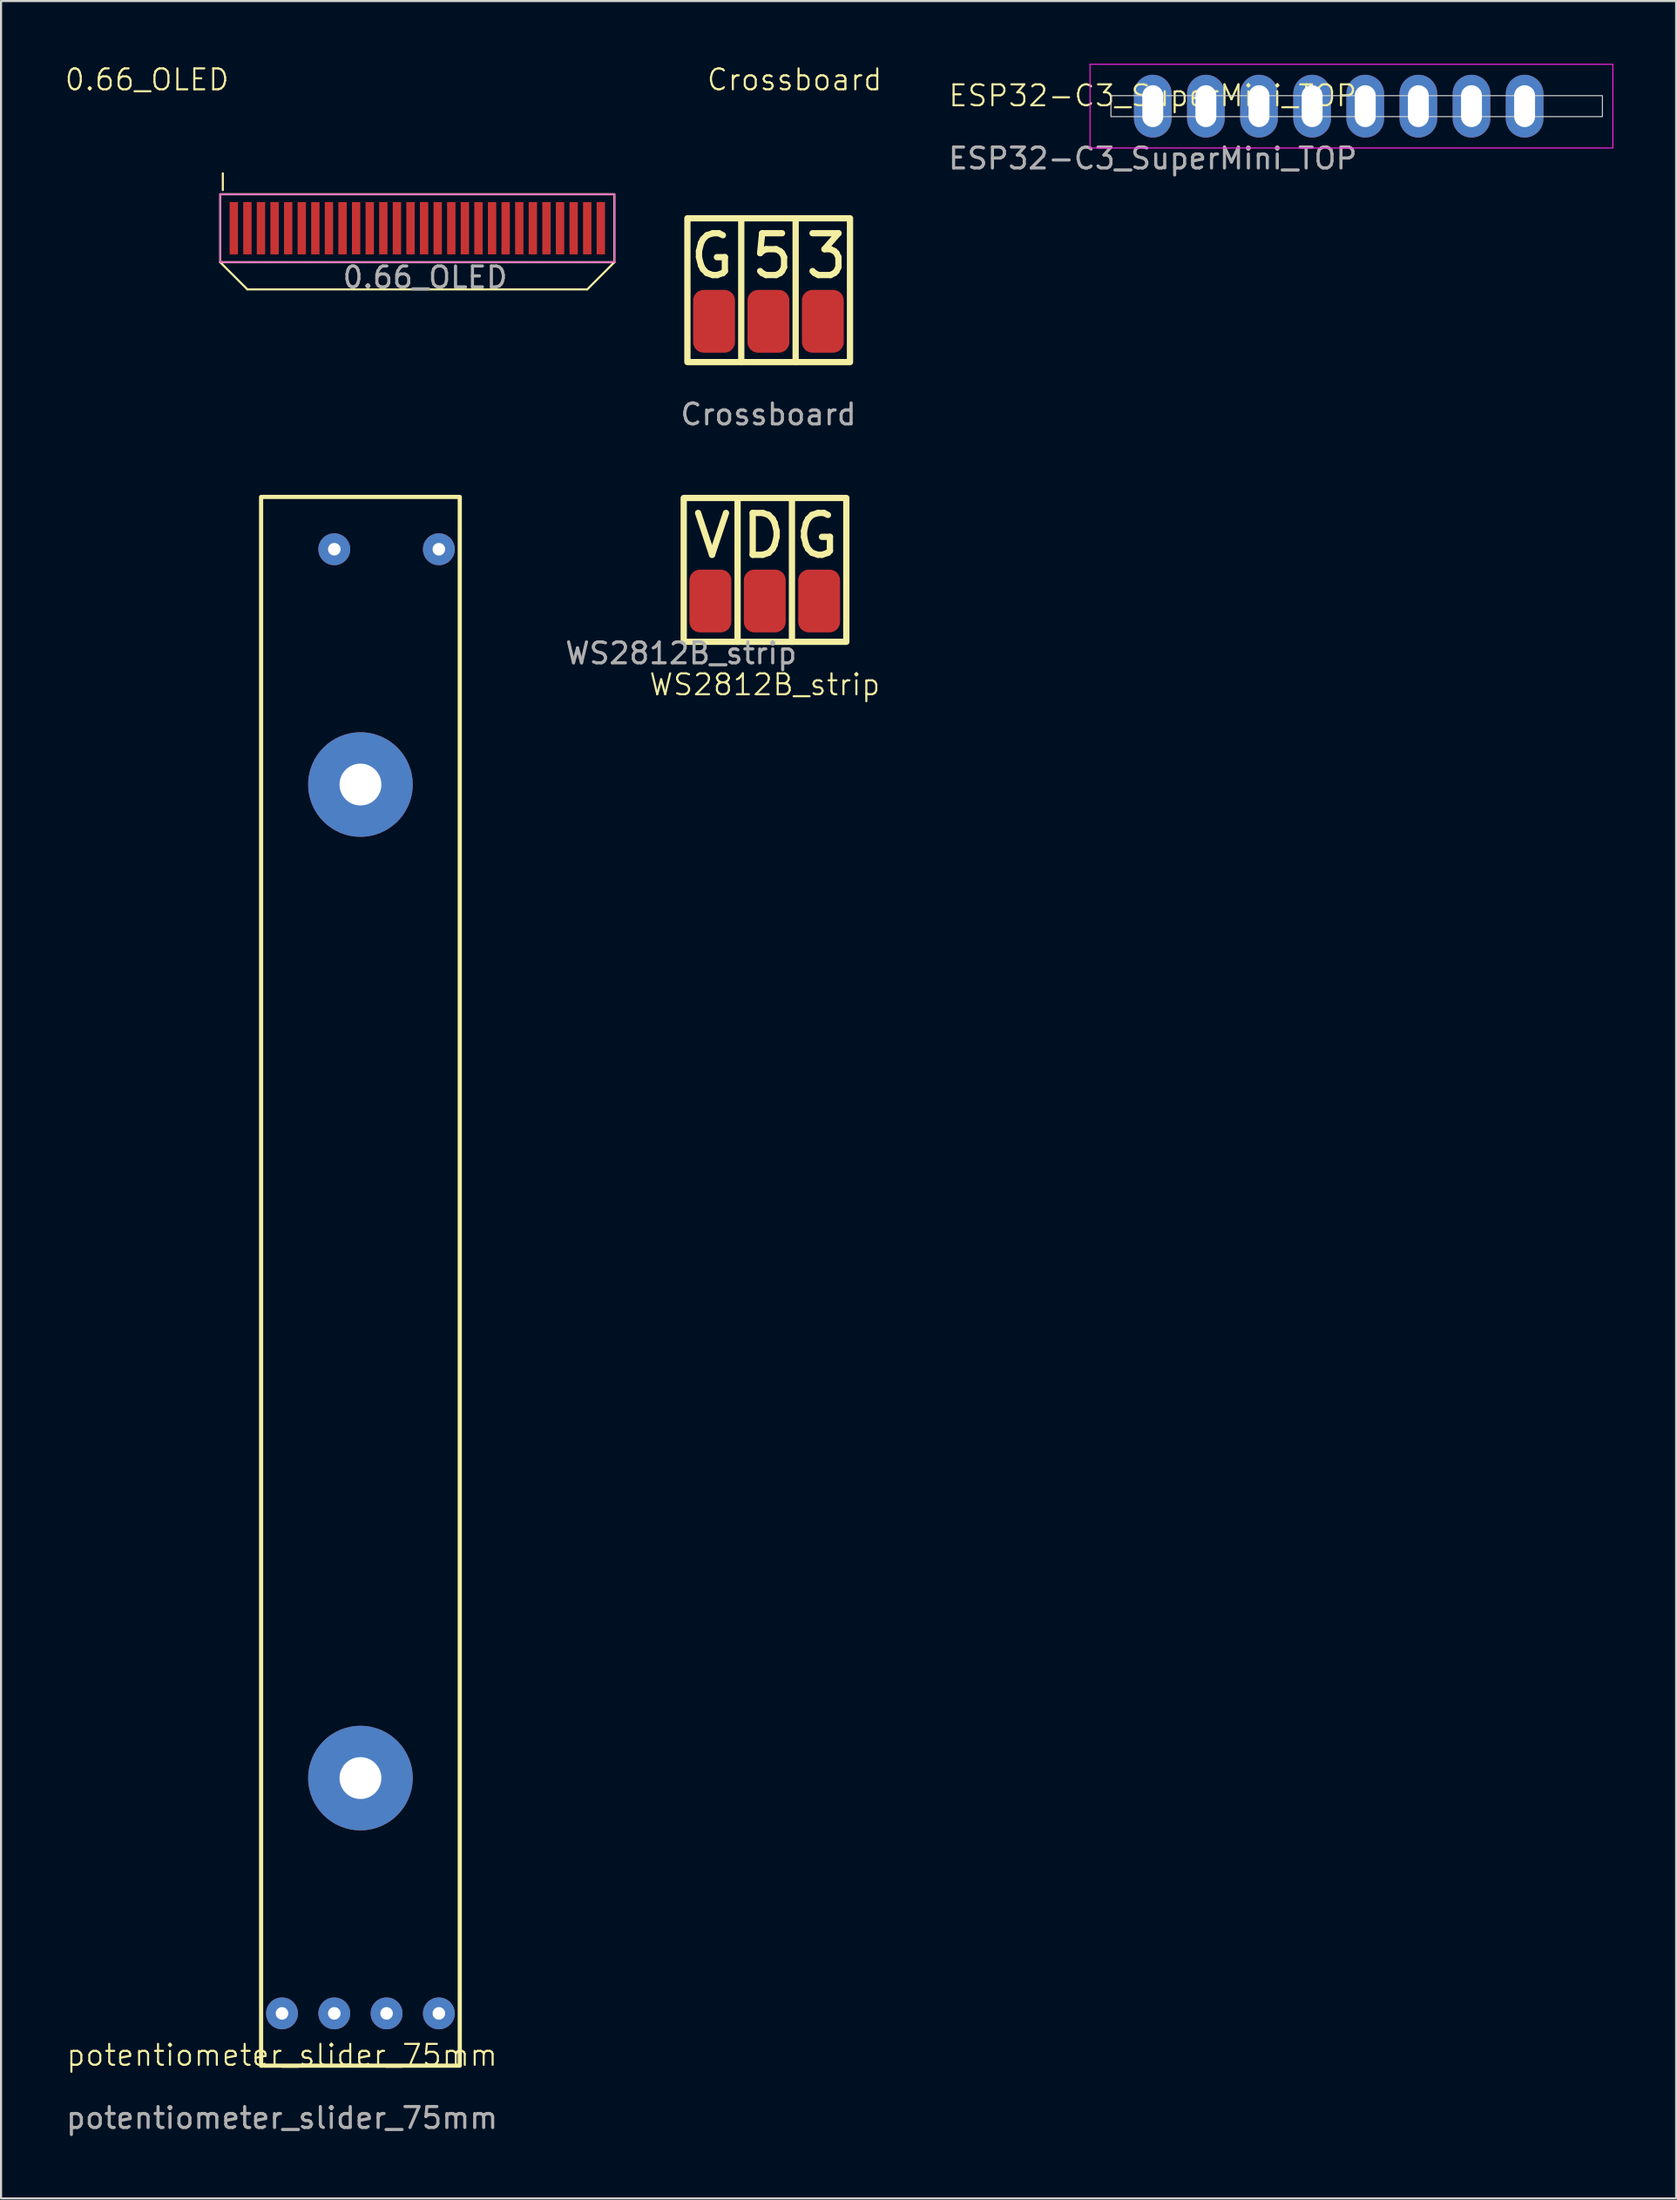
<source format=kicad_pcb>
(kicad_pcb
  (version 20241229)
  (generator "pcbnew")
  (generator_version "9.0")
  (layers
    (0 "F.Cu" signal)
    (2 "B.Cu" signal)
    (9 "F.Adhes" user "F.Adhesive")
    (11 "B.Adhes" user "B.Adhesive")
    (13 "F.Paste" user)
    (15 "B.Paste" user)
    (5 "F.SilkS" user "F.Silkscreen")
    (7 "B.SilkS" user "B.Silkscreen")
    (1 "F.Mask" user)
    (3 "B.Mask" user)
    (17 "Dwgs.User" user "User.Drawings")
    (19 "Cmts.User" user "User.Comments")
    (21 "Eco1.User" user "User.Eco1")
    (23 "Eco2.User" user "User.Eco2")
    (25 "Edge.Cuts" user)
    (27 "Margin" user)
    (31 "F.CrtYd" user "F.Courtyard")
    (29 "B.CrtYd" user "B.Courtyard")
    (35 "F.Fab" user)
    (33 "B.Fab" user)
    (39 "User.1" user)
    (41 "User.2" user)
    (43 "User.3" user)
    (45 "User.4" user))
  (footprint "WS2812B_strip"
    (layer "F.Cu")
    (at 33.518 25.684)
    (property "Reference" "WS2812B_strip" (at 0 4 0) (unlocked yes) (layer "F.SilkS") (effects (font (size 1 1) (thickness 0.1))))
    (attr smd)
    (fp_line (start -1.3 -4.875) (end -1.3 1.95) (stroke (width 0.3) (type default)) (layer "F.SilkS"))
    (fp_line (start 1.3 -4.875) (end 1.3 1.95) (stroke (width 0.3) (type default)) (layer "F.SilkS"))
    (fp_rect (start -3.875 -4.925) (end 3.9 1.95) (stroke (width 0.3) (type default)) (fill no) (layer "F.SilkS"))
    (fp_text user "D" (at -1.25 -1.95 0) (unlocked yes) (layer "F.SilkS") (effects (font (size 2 2) (thickness 0.3)) (justify left bottom)))
    (fp_text user "G" (at 1.3 -1.95 0) (unlocked yes) (layer "F.SilkS") (effects (font (size 2 2) (thickness 0.3)) (justify left bottom)))
    (fp_text user "V" (at -3.575 -1.95 0) (unlocked yes) (layer "F.SilkS") (effects (font (size 2 2) (thickness 0.3)) (justify left bottom)))
    (fp_text user "${REFERENCE}" (at -4 2.5 0) (unlocked yes) (layer "F.Fab") (effects (font (size 1 1) (thickness 0.15))))
    (pad "1" smd roundrect (at -2.6 0) (size 2 3) (layers "F.Cu" "F.Mask" "F.Paste") (roundrect_rratio 0.25))
    (pad "2" smd roundrect (at 0 0) (size 2 3) (layers "F.Cu" "F.Mask" "F.Paste") (roundrect_rratio 0.25))
    (pad "3" smd roundrect (at 2.6 0) (size 2 3) (layers "F.Cu" "F.Mask" "F.Paste") (roundrect_rratio 0.25)))
  (footprint "ESP32-C3_SuperMini_TOP"
    (layer "F.Cu")
    (at 52.071 2.025)
    (property "Reference" "ESP32-C3_SuperMini_TOP" (at 0 -0.5 0) (unlocked yes) (layer "F.SilkS") (effects (font (size 1 1) (thickness 0.1))))
    (attr through_hole)
    (fp_rect (start -2 -0.5) (end 21.5 0.5) (stroke (width 0.05) (type default)) (fill no) (layer "Edge.Cuts"))
    (fp_rect (start -3 -2) (end 22 2) (stroke (width 0.05) (type default)) (fill no) (layer "F.CrtYd"))
    (fp_text user "${REFERENCE}" (at 0 2.5 0) (unlocked yes) (layer "F.Fab") (effects (font (size 1 1) (thickness 0.15))))
    (pad "1" thru_hole oval (at 0 0) (size 1.8 3) (drill oval 1 2) (layers "*.Cu" "*.Mask"))
    (pad "2" thru_hole oval (at 2.54 0) (size 1.8 3) (drill oval 1 2) (layers "*.Cu" "*.Mask"))
    (pad "3" thru_hole oval (at 5.08 0) (size 1.8 3) (drill oval 1 2) (layers "*.Cu" "*.Mask"))
    (pad "4" thru_hole oval (at 7.62 0) (size 1.8 3) (drill oval 1 2) (layers "*.Cu" "*.Mask"))
    (pad "5" thru_hole oval (at 10.16 0) (size 1.8 3) (drill oval 1 2) (layers "*.Cu" "*.Mask"))
    (pad "6" thru_hole oval (at 12.7 0) (size 1.8 3) (drill oval 1 2) (layers "*.Cu" "*.Mask"))
    (pad "7" thru_hole oval (at 15.24 0) (size 1.8 3) (drill oval 1 2) (layers "*.Cu" "*.Mask"))
    (pad "8" thru_hole oval (at 17.78 0) (size 1.8 3) (drill oval 1 2) (layers "*.Cu" "*.Mask")))
  (footprint "potentiometer_slider_75mm"
    (layer "F.Cu")
    (at 10.435 95.709)
    (property "Reference" "potentiometer_slider_75mm" (at 0 -0.5 0) (unlocked yes) (layer "F.SilkS") (effects (font (size 1 1) (thickness 0.1))))
    (attr through_hole)
    (fp_rect (start -1 -75) (end 8.5 0) (stroke (width 0.2) (type default)) (fill no) (layer "F.SilkS"))
    (fp_text user "${REFERENCE}" (at 0 2.5 0) (unlocked yes) (layer "F.Fab") (effects (font (size 1 1) (thickness 0.15))))
    (pad "1" thru_hole circle (at 2.5 -2.5) (size 1.524 1.524) (drill 0.6) (layers "*.Cu" "*.Mask"))
    (pad "2" thru_hole circle (at 0 -2.5) (size 1.524 1.524) (drill 0.6) (layers "*.Cu" "*.Mask"))
    (pad "3" thru_hole circle (at 2.5 -72.5) (size 1.524 1.524) (drill 0.6) (layers "*.Cu" "*.Mask"))
    (pad "4" thru_hole circle (at 7.5 -2.5) (size 1.524 1.524) (drill 0.6) (layers "*.Cu" "*.Mask"))
    (pad "5" thru_hole circle (at 5 -2.5) (size 1.524 1.524) (drill 0.6) (layers "*.Cu" "*.Mask"))
    (pad "6" thru_hole circle (at 7.5 -72.5) (size 1.524 1.524) (drill 0.6) (layers "*.Cu" "*.Mask"))
    (pad "MP" thru_hole circle (at 3.75 -61.25) (size 5 5) (drill 2) (layers "*.Cu" "*.Mask"))
    (pad "MP" thru_hole circle (at 3.75 -13.75) (size 5 5) (drill 2) (layers "*.Cu" "*.Mask")))
  (footprint "Crossboard"
    (layer "F.Cu")
    (at 33.694 14.261)
    (property "Reference" "Crossboard" (at 1.25 -13.5 0) (unlocked yes) (layer "F.SilkS") (effects (font (size 1 1) (thickness 0.1))))
    (attr smd)
    (fp_line (start -1.3 -6.825) (end -1.3 0) (stroke (width 0.3) (type default)) (layer "F.SilkS"))
    (fp_line (start 1.3 -6.825) (end 1.3 0) (stroke (width 0.3) (type default)) (layer "F.SilkS"))
    (fp_rect (start -3.875 -6.875) (end 3.9 0) (stroke (width 0.3) (type default)) (fill no) (layer "F.SilkS"))
    (fp_text user "G" (at -3.9 -3.9 0) (unlocked yes) (layer "F.SilkS") (effects (font (size 2 2) (thickness 0.3)) (justify left bottom)))
    (fp_text user "3" (at 1.625 -3.9 0) (unlocked yes) (layer "F.SilkS") (effects (font (size 2 2) (thickness 0.3)) (justify left bottom)))
    (fp_text user "5" (at -0.975 -3.9 0) (unlocked yes) (layer "F.SilkS") (effects (font (size 2 2) (thickness 0.3)) (justify left bottom)))
    (fp_text user "${REFERENCE}" (at 0 2.5 0) (unlocked yes) (layer "F.Fab") (effects (font (size 1 1) (thickness 0.15))))
    (pad "1" smd roundrect (at -2.6 -1.95) (size 2 3) (layers "F.Cu" "F.Mask" "F.Paste") (roundrect_rratio 0.25))
    (pad "2" smd roundrect (at 0 -1.95) (size 2 3) (layers "F.Cu" "F.Mask" "F.Paste") (roundrect_rratio 0.25))
    (pad "3" smd roundrect (at 2.6 -1.95) (size 2 3) (layers "F.Cu" "F.Mask" "F.Paste") (roundrect_rratio 0.25)))
  (footprint "0.66_OLED"
    (layer "F.Cu")
    (at 16.904 6.236)
    (property "Reference" "0.66_OLED" (at -12.925 -5.475 0) (unlocked yes) (layer "F.SilkS") (effects (font (size 1 1) (thickness 0.1))))
    (attr smd)
    (fp_line (start -9.425 3.25) (end -8.125 4.55) (stroke (width 0.1) (type default)) (layer "F.SilkS"))
    (fp_line (start -9.3 -1) (end -9.3 -0.2) (stroke (width 0.1) (type default)) (layer "F.SilkS"))
    (fp_line (start -8.125 4.55) (end 8.125 4.55) (stroke (width 0.1) (type default)) (layer "F.SilkS"))
    (fp_line (start 8.125 4.55) (end 9.425 3.25) (stroke (width 0.1) (type default)) (layer "F.SilkS"))
    (fp_rect (start -9.425 0) (end 9.425 3.25) (stroke (width 0.1) (type default)) (fill no) (layer "F.SilkS"))
    (fp_rect (start -9.425 0) (end 9.425 3.25) (stroke (width 0.05) (type default)) (fill no) (layer "F.CrtYd"))
    (fp_text user "${REFERENCE}" (at 0.375 3.975 0) (layer "F.Fab") (effects (font (size 1 1) (thickness 0.15))))
    (pad "1" smd rect (at -8.775 1.625 180) (size 0.4 2.5) (layers "F.Cu" "F.Mask" "F.Paste"))
    (pad "2" smd rect (at -8.125 1.625 180) (size 0.4 2.5) (layers "F.Cu" "F.Mask" "F.Paste"))
    (pad "3" smd rect (at -7.475 1.625 180) (size 0.4 2.5) (layers "F.Cu" "F.Mask" "F.Paste"))
    (pad "4" smd rect (at -6.825 1.625 180) (size 0.4 2.5) (layers "F.Cu" "F.Mask" "F.Paste"))
    (pad "5" smd rect (at -6.175 1.625 180) (size 0.4 2.5) (layers "F.Cu" "F.Mask" "F.Paste"))
    (pad "6" smd rect (at -5.525 1.625 180) (size 0.4 2.5) (layers "F.Cu" "F.Mask" "F.Paste"))
    (pad "7" smd rect (at -4.875 1.625 180) (size 0.4 2.5) (layers "F.Cu" "F.Mask" "F.Paste"))
    (pad "8" smd rect (at -4.225 1.625 180) (size 0.4 2.5) (layers "F.Cu" "F.Mask" "F.Paste"))
    (pad "9" smd rect (at -3.575 1.625 180) (size 0.4 2.5) (layers "F.Cu" "F.Mask" "F.Paste"))
    (pad "10" smd rect (at -2.925 1.625 180) (size 0.4 2.5) (layers "F.Cu" "F.Mask" "F.Paste"))
    (pad "11" smd rect (at -2.275 1.625 180) (size 0.4 2.5) (layers "F.Cu" "F.Mask" "F.Paste"))
    (pad "12" smd rect (at -1.625 1.625 180) (size 0.4 2.5) (layers "F.Cu" "F.Mask" "F.Paste"))
    (pad "13" smd rect (at -0.975 1.625 180) (size 0.4 2.5) (layers "F.Cu" "F.Mask" "F.Paste"))
    (pad "14" smd rect (at -0.325 1.625 180) (size 0.4 2.5) (layers "F.Cu" "F.Mask" "F.Paste"))
    (pad "15" smd rect (at 0.325 1.625 180) (size 0.4 2.5) (layers "F.Cu" "F.Mask" "F.Paste"))
    (pad "16" smd rect (at 0.975 1.625 180) (size 0.4 2.5) (layers "F.Cu" "F.Mask" "F.Paste"))
    (pad "17" smd rect (at 1.625 1.625 180) (size 0.4 2.5) (layers "F.Cu" "F.Mask" "F.Paste"))
    (pad "18" smd rect (at 2.275 1.625 180) (size 0.4 2.5) (layers "F.Cu" "F.Mask" "F.Paste"))
    (pad "19" smd rect (at 2.925 1.625 180) (size 0.4 2.5) (layers "F.Cu" "F.Mask" "F.Paste"))
    (pad "20" smd rect (at 3.575 1.625 180) (size 0.4 2.5) (layers "F.Cu" "F.Mask" "F.Paste"))
    (pad "21" smd rect (at 4.225 1.625 180) (size 0.4 2.5) (layers "F.Cu" "F.Mask" "F.Paste"))
    (pad "22" smd rect (at 4.875 1.625 180) (size 0.4 2.5) (layers "F.Cu" "F.Mask" "F.Paste"))
    (pad "23" smd rect (at 5.525 1.625 180) (size 0.4 2.5) (layers "F.Cu" "F.Mask" "F.Paste"))
    (pad "24" smd rect (at 6.175 1.625 180) (size 0.4 2.5) (layers "F.Cu" "F.Mask" "F.Paste"))
    (pad "25" smd rect (at 6.825 1.625 180) (size 0.4 2.5) (layers "F.Cu" "F.Mask" "F.Paste"))
    (pad "26" smd rect (at 7.475 1.625 180) (size 0.4 2.5) (layers "F.Cu" "F.Mask" "F.Paste"))
    (pad "27" smd rect (at 8.125 1.625 180) (size 0.4 2.5) (layers "F.Cu" "F.Mask" "F.Paste"))
    (pad "28" smd rect (at 8.775 1.625 180) (size 0.4 2.5) (layers "F.Cu" "F.Mask" "F.Paste")))
  (gr_rect
    (start -3 -3)
    (end 77.096 102.057)
    (stroke (width 0.1) (type default))
    (fill no)
    (layer "Edge.Cuts")))
</source>
